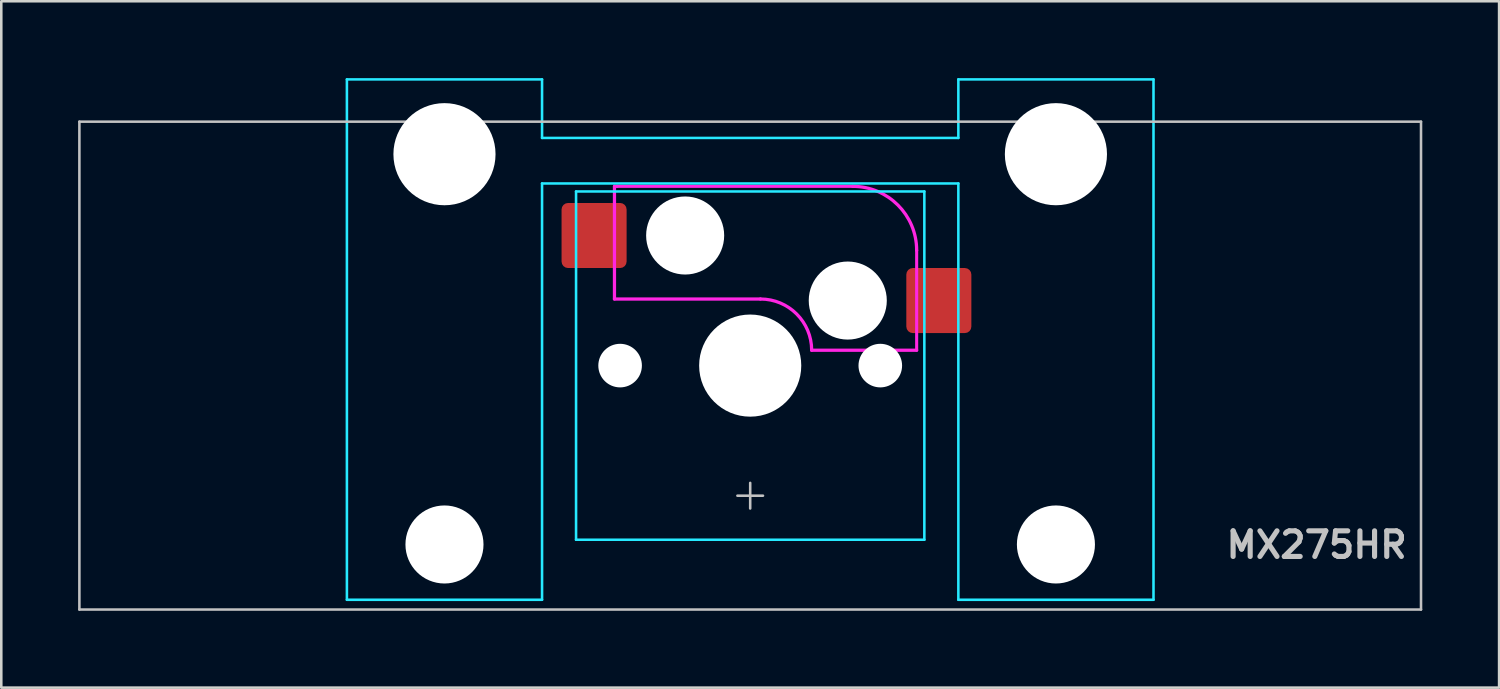
<source format=kicad_pcb>
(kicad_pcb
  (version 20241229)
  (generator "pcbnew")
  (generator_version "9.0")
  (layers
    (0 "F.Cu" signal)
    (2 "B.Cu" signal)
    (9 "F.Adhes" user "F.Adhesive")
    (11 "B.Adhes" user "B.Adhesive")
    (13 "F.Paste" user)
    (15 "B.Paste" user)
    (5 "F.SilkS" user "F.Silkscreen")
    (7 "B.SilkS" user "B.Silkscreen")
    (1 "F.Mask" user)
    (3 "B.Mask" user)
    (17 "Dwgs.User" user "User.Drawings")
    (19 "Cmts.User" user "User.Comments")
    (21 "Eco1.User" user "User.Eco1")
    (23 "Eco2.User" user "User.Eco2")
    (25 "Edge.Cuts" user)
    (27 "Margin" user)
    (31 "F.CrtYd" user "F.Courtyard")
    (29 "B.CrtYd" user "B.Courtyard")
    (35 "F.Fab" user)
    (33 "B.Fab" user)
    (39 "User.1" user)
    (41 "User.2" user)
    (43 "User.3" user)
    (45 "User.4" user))
  (footprint "MX275HR"
    (layer "F.Cu")
    (at 26.244 11.226)
    (property "Reference" "MX275HR" (at 25.75 7 0) (layer "Dwgs.User") (effects (font (size 1 1) (thickness 0.2)) (justify right)))
    (attr smd)
    (fp_line (start -26.194 -9.525) (end -26.194 9.525) (stroke (width 0.1) (type solid)) (layer "Dwgs.User"))
    (fp_line (start -26.194 -9.525) (end 26.194 -9.525) (stroke (width 0.1) (type solid)) (layer "Dwgs.User"))
    (fp_line (start -26.194 9.525) (end 26.194 9.525) (stroke (width 0.1) (type solid)) (layer "Dwgs.User"))
    (fp_line (start -0.5 5.08) (end 0.5 5.08) (stroke (width 0.1) (type solid)) (layer "Dwgs.User"))
    (fp_line (start 0 4.58) (end 0 5.58) (stroke (width 0.1) (type solid)) (layer "Dwgs.User"))
    (fp_line (start 26.194 -9.525) (end 26.194 9.525) (stroke (width 0.1) (type solid)) (layer "Dwgs.User"))
    (fp_line (start -15.438 -8.515) (end -15.438 5.485) (stroke (width 0.1) (type solid)) (layer "Eco1.User"))
    (fp_line (start -14.938 -9.015) (end -8.938 -9.015) (stroke (width 0.1) (type solid)) (layer "Eco1.User"))
    (fp_line (start -8.938 5.985) (end -14.938 5.985) (stroke (width 0.1) (type solid)) (layer "Eco1.User"))
    (fp_line (start -8.438 5.485) (end -8.438 -8.515) (stroke (width 0.1) (type solid)) (layer "Eco1.User"))
    (fp_line (start -7 -6.5) (end -7 6.5) (stroke (width 0.1) (type solid)) (layer "Eco1.User"))
    (fp_line (start -6.5 7) (end 6.5 7) (stroke (width 0.1) (type solid)) (layer "Eco1.User"))
    (fp_line (start 6.5 -7) (end -6.5 -7) (stroke (width 0.1) (type solid)) (layer "Eco1.User"))
    (fp_line (start 7 6.5) (end 7 -6.5) (stroke (width 0.1) (type solid)) (layer "Eco1.User"))
    (fp_line (start 8.438 -8.515) (end 8.438 5.485) (stroke (width 0.1) (type solid)) (layer "Eco1.User"))
    (fp_line (start 8.938 -9.015) (end 14.938 -9.015) (stroke (width 0.1) (type solid)) (layer "Eco1.User"))
    (fp_line (start 14.938 5.985) (end 8.938 5.985) (stroke (width 0.1) (type solid)) (layer "Eco1.User"))
    (fp_line (start 15.438 5.485) (end 15.438 -8.515) (stroke (width 0.1) (type solid)) (layer "Eco1.User"))
    (fp_arc (start -15.438 -8.515) (mid -15.291553 -8.868553) (end -14.938 -9.015) (stroke (width 0.1) (type solid)) (layer "Eco1.User"))
    (fp_arc (start -14.938 5.985) (mid -15.291553 5.838553) (end -15.438 5.485) (stroke (width 0.1) (type solid)) (layer "Eco1.User"))
    (fp_arc (start -8.938 -9.015) (mid -8.584447 -8.868553) (end -8.438 -8.515) (stroke (width 0.1) (type solid)) (layer "Eco1.User"))
    (fp_arc (start -8.438 5.485) (mid -8.584447 5.838553) (end -8.938 5.985) (stroke (width 0.1) (type solid)) (layer "Eco1.User"))
    (fp_arc (start -7 -6.5) (mid -6.853553 -6.853553) (end -6.5 -7) (stroke (width 0.1) (type solid)) (layer "Eco1.User"))
    (fp_arc (start -6.5 7) (mid -6.853553 6.853553) (end -7 6.5) (stroke (width 0.1) (type solid)) (layer "Eco1.User"))
    (fp_arc (start 6.5 -7) (mid 6.853553 -6.853553) (end 7 -6.5) (stroke (width 0.1) (type solid)) (layer "Eco1.User"))
    (fp_arc (start 7 6.5) (mid 6.853553 6.853553) (end 6.5 7) (stroke (width 0.1) (type solid)) (layer "Eco1.User"))
    (fp_arc (start 8.438 -8.515) (mid 8.584447 -8.868553) (end 8.938 -9.015) (stroke (width 0.1) (type solid)) (layer "Eco1.User"))
    (fp_arc (start 8.938 5.985) (mid 8.584447 5.838553) (end 8.438 5.485) (stroke (width 0.1) (type solid)) (layer "Eco1.User"))
    (fp_arc (start 14.938 -9.015) (mid 15.291553 -8.868553) (end 15.438 -8.515) (stroke (width 0.1) (type solid)) (layer "Eco1.User"))
    (fp_arc (start 15.438 5.485) (mid 15.291553 5.838553) (end 14.938 5.985) (stroke (width 0.1) (type solid)) (layer "Eco1.User"))
    (fp_line (start -15.748 -11.176) (end -15.748 9.144) (stroke (width 0.1) (type solid)) (layer "B.CrtYd"))
    (fp_line (start -15.748 -11.176) (end -8.128 -11.176) (stroke (width 0.1) (type solid)) (layer "B.CrtYd"))
    (fp_line (start -8.128 -8.89) (end -8.128 -11.176) (stroke (width 0.1) (type solid)) (layer "B.CrtYd"))
    (fp_line (start -8.128 -7.112) (end -8.128 9.142) (stroke (width 0.1) (type solid)) (layer "B.CrtYd"))
    (fp_line (start -8.128 9.144) (end -15.748 9.144) (stroke (width 0.1) (type solid)) (layer "B.CrtYd"))
    (fp_line (start -6.8 -6.8) (end -6.8 6.8) (stroke (width 0.1) (type solid)) (layer "B.CrtYd"))
    (fp_line (start 6.8 -6.8) (end -6.8 -6.8) (stroke (width 0.1) (type solid)) (layer "B.CrtYd"))
    (fp_line (start 6.8 -6.8) (end 6.8 6.8) (stroke (width 0.1) (type solid)) (layer "B.CrtYd"))
    (fp_line (start 6.8 6.8) (end -6.8 6.8) (stroke (width 0.1) (type solid)) (layer "B.CrtYd"))
    (fp_line (start 8.128 -8.89) (end -8.128 -8.89) (stroke (width 0.1) (type solid)) (layer "B.CrtYd"))
    (fp_line (start 8.128 -8.89) (end 8.128 -11.176) (stroke (width 0.1) (type solid)) (layer "B.CrtYd"))
    (fp_line (start 8.128 -7.112) (end -8.128 -7.112) (stroke (width 0.1) (type solid)) (layer "B.CrtYd"))
    (fp_line (start 8.128 -7.112) (end 8.128 9.144) (stroke (width 0.1) (type solid)) (layer "B.CrtYd"))
    (fp_line (start 8.128 9.144) (end 15.748 9.144) (stroke (width 0.1) (type solid)) (layer "B.CrtYd"))
    (fp_line (start 15.748 -11.176) (end 8.128 -11.176) (stroke (width 0.1) (type solid)) (layer "B.CrtYd"))
    (fp_line (start 15.748 9.144) (end 15.748 -11.176) (stroke (width 0.1) (type solid)) (layer "B.CrtYd"))
    (fp_line (start -5.3 -7) (end -5.3 -2.6) (stroke (width 0.127) (type solid)) (layer "F.CrtYd"))
    (fp_line (start -5.2 -7) (end -5.3 -7) (stroke (width 0.12) (type solid)) (layer "F.CrtYd"))
    (fp_line (start 0.4 -2.6) (end -5.3 -2.6) (stroke (width 0.127) (type solid)) (layer "F.CrtYd"))
    (fp_line (start 4 -7) (end -5.2 -7) (stroke (width 0.12) (type solid)) (layer "F.CrtYd"))
    (fp_line (start 6.5 -4.5) (end 6.5 -0.6) (stroke (width 0.12) (type solid)) (layer "F.CrtYd"))
    (fp_line (start 6.5 -0.6) (end 2.4 -0.6) (stroke (width 0.127) (type solid)) (layer "F.CrtYd"))
    (fp_arc (start 0.4 -2.6) (mid 1.814214 -2.014214) (end 2.4 -0.6) (stroke (width 0.127) (type solid)) (layer "F.CrtYd"))
    (fp_arc (start 4 -7) (mid 5.767767 -6.267767) (end 6.5 -4.5) (stroke (width 0.127) (type solid)) (layer "F.CrtYd"))
    (pad "" np_thru_hole circle (at -11.938 -8.255 180) (size 3.988 3.988) (drill 3.988) (layers "*.Cu" "*.Mask"))
    (pad "" np_thru_hole circle (at -11.938 6.985 180) (size 3.048 3.048) (drill 3.048) (layers "*.Cu" "*.Mask"))
    (pad "" np_thru_hole circle (at -5.08 0) (size 1.702 1.702) (drill 1.702) (layers "*.Cu" "*.Mask"))
    (pad "" np_thru_hole circle (at -2.54 -5.08) (size 3.048 3.048) (drill 3.048) (layers "*.Cu" "*.Mask"))
    (pad "" np_thru_hole circle (at 0 0) (size 3.988 3.988) (drill 3.988) (layers "*.Cu" "*.Mask"))
    (pad "" np_thru_hole circle (at 3.81 -2.54) (size 3.048 3.048) (drill 3.048) (layers "*.Cu" "*.Mask"))
    (pad "" np_thru_hole circle (at 5.08 0) (size 1.702 1.702) (drill 1.702) (layers "*.Cu" "*.Mask"))
    (pad "" np_thru_hole circle (at 11.938 -8.255 180) (size 3.988 3.988) (drill 3.988) (layers "*.Cu" "*.Mask"))
    (pad "" np_thru_hole circle (at 11.938 6.985 180) (size 3.048 3.048) (drill 3.048) (layers "*.Cu" "*.Mask"))
    (pad "1" smd roundrect (at -6.096 -5.08) (size 2.54 2.54) (layers "F.Cu" "F.Mask") (roundrect_rratio 0.1))
    (pad "2" smd roundrect (at 7.366 -2.54) (size 2.54 2.54) (layers "F.Cu" "F.Mask" "F.Paste") (roundrect_rratio 0.1)))
  (gr_rect
    (start -3 -3)
    (end 55.487 23.801)
    (stroke (width 0.1) (type default))
    (fill no)
    (layer "Edge.Cuts")))
</source>
